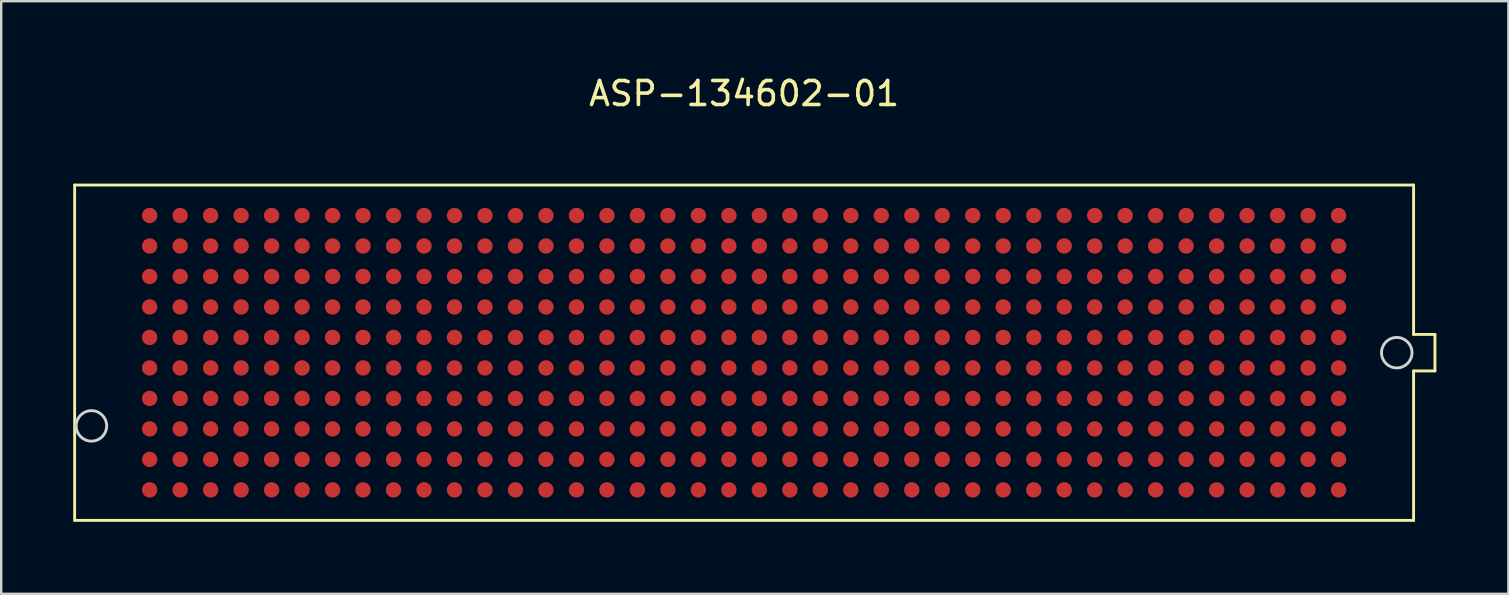
<source format=kicad_pcb>
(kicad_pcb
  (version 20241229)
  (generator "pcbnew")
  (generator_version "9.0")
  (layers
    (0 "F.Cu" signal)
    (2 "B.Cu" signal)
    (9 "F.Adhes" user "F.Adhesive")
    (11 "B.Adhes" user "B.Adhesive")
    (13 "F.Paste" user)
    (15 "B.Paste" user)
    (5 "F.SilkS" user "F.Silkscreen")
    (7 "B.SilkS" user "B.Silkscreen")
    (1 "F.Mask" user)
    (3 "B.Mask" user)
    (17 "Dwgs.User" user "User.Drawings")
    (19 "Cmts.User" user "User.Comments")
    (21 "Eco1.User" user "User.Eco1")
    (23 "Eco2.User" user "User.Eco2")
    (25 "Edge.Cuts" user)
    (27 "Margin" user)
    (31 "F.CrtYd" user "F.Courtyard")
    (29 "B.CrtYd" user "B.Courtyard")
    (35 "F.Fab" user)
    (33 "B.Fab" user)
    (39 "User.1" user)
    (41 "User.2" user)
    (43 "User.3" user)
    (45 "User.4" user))
  (footprint "ASP-134602-01"
    (layer "F.Cu")
    (at 27.95 11.643)
    (property "Reference" "ASP-134602-01" (at 0 -10.795 0) (layer "F.SilkS") (effects (font (size 1 1) (thickness 0.15))))
    (attr through_hole)
    (fp_line (start -27.89 -6.985) (end -27.89 6.985) (stroke (width 0.12) (type solid)) (layer "F.SilkS"))
    (fp_line (start -27.89 -6.985) (end 27.89 -6.985) (stroke (width 0.12) (type solid)) (layer "F.SilkS"))
    (fp_line (start 27.89 -0.76) (end 27.89 -6.985) (stroke (width 0.12) (type solid)) (layer "F.SilkS"))
    (fp_line (start 27.89 6.985) (end -27.89 6.985) (stroke (width 0.12) (type solid)) (layer "F.SilkS"))
    (fp_line (start 27.89 6.985) (end 27.89 0.76) (stroke (width 0.12) (type solid)) (layer "F.SilkS"))
    (fp_line (start 28.78 -0.76) (end 27.89 -0.76) (stroke (width 0.12) (type solid)) (layer "F.SilkS"))
    (fp_line (start 28.78 0.76) (end 27.89 0.76) (stroke (width 0.12) (type solid)) (layer "F.SilkS"))
    (fp_line (start 28.78 0.76) (end 28.78 -0.76) (stroke (width 0.12) (type solid)) (layer "F.SilkS"))
    (fp_circle (center -27.191 3.05) (end -26.556 3.05) (stroke (width 0.12) (type solid)) (fill no) (layer "Edge.Cuts"))
    (fp_circle (center 27.189 0) (end 27.824 0) (stroke (width 0.12) (type solid)) (fill no) (layer "Edge.Cuts"))
    (pad "A1" smd circle (at 24.765 5.715 180) (size 0.64 0.64) (layers "F.Cu" "F.Mask" "F.Paste"))
    (pad "A2" smd circle (at 23.495 5.715 180) (size 0.64 0.64) (layers "F.Cu" "F.Mask" "F.Paste"))
    (pad "A3" smd circle (at 22.225 5.715 180) (size 0.64 0.64) (layers "F.Cu" "F.Mask" "F.Paste"))
    (pad "A4" smd circle (at 20.955 5.715 180) (size 0.64 0.64) (layers "F.Cu" "F.Mask" "F.Paste"))
    (pad "A5" smd circle (at 19.685 5.715 180) (size 0.64 0.64) (layers "F.Cu" "F.Mask" "F.Paste"))
    (pad "A6" smd circle (at 18.415 5.715 180) (size 0.64 0.64) (layers "F.Cu" "F.Mask" "F.Paste"))
    (pad "A7" smd circle (at 17.145 5.715 180) (size 0.64 0.64) (layers "F.Cu" "F.Mask" "F.Paste"))
    (pad "A8" smd circle (at 15.875 5.715 180) (size 0.64 0.64) (layers "F.Cu" "F.Mask" "F.Paste"))
    (pad "A9" smd circle (at 14.605 5.715 180) (size 0.64 0.64) (layers "F.Cu" "F.Mask" "F.Paste"))
    (pad "A10" smd circle (at 13.335 5.715 180) (size 0.64 0.64) (layers "F.Cu" "F.Mask" "F.Paste"))
    (pad "A11" smd circle (at 12.065 5.715 180) (size 0.64 0.64) (layers "F.Cu" "F.Mask" "F.Paste"))
    (pad "A12" smd circle (at 10.795 5.715 180) (size 0.64 0.64) (layers "F.Cu" "F.Mask" "F.Paste"))
    (pad "A13" smd circle (at 9.525 5.715 180) (size 0.64 0.64) (layers "F.Cu" "F.Mask" "F.Paste"))
    (pad "A14" smd circle (at 8.255 5.715 180) (size 0.64 0.64) (layers "F.Cu" "F.Mask" "F.Paste"))
    (pad "A15" smd circle (at 6.985 5.715 180) (size 0.64 0.64) (layers "F.Cu" "F.Mask" "F.Paste"))
    (pad "A16" smd circle (at 5.715 5.715 180) (size 0.64 0.64) (layers "F.Cu" "F.Mask" "F.Paste"))
    (pad "A17" smd circle (at 4.445 5.715 180) (size 0.64 0.64) (layers "F.Cu" "F.Mask" "F.Paste"))
    (pad "A18" smd circle (at 3.175 5.715 180) (size 0.64 0.64) (layers "F.Cu" "F.Mask" "F.Paste"))
    (pad "A19" smd circle (at 1.905 5.715 180) (size 0.64 0.64) (layers "F.Cu" "F.Mask" "F.Paste"))
    (pad "A20" smd circle (at 0.635 5.715 180) (size 0.64 0.64) (layers "F.Cu" "F.Mask" "F.Paste"))
    (pad "A21" smd circle (at -0.635 5.715 180) (size 0.64 0.64) (layers "F.Cu" "F.Mask" "F.Paste"))
    (pad "A22" smd circle (at -1.905 5.715 180) (size 0.64 0.64) (layers "F.Cu" "F.Mask" "F.Paste"))
    (pad "A23" smd circle (at -3.175 5.715 180) (size 0.64 0.64) (layers "F.Cu" "F.Mask" "F.Paste"))
    (pad "A24" smd circle (at -4.445 5.715 180) (size 0.64 0.64) (layers "F.Cu" "F.Mask" "F.Paste"))
    (pad "A25" smd circle (at -5.715 5.715 180) (size 0.64 0.64) (layers "F.Cu" "F.Mask" "F.Paste"))
    (pad "A26" smd circle (at -6.985 5.715 180) (size 0.64 0.64) (layers "F.Cu" "F.Mask" "F.Paste"))
    (pad "A27" smd circle (at -8.255 5.715 180) (size 0.64 0.64) (layers "F.Cu" "F.Mask" "F.Paste"))
    (pad "A28" smd circle (at -9.525 5.715 180) (size 0.64 0.64) (layers "F.Cu" "F.Mask" "F.Paste"))
    (pad "A29" smd circle (at -10.795 5.715 180) (size 0.64 0.64) (layers "F.Cu" "F.Mask" "F.Paste"))
    (pad "A30" smd circle (at -12.065 5.715 180) (size 0.64 0.64) (layers "F.Cu" "F.Mask" "F.Paste"))
    (pad "A31" smd circle (at -13.335 5.715 180) (size 0.64 0.64) (layers "F.Cu" "F.Mask" "F.Paste"))
    (pad "A32" smd circle (at -14.605 5.715 180) (size 0.64 0.64) (layers "F.Cu" "F.Mask" "F.Paste"))
    (pad "A33" smd circle (at -15.875 5.715 180) (size 0.64 0.64) (layers "F.Cu" "F.Mask" "F.Paste"))
    (pad "A34" smd circle (at -17.145 5.715 180) (size 0.64 0.64) (layers "F.Cu" "F.Mask" "F.Paste"))
    (pad "A35" smd circle (at -18.415 5.715 180) (size 0.64 0.64) (layers "F.Cu" "F.Mask" "F.Paste"))
    (pad "A36" smd circle (at -19.685 5.715 180) (size 0.64 0.64) (layers "F.Cu" "F.Mask" "F.Paste"))
    (pad "A37" smd circle (at -20.955 5.715 180) (size 0.64 0.64) (layers "F.Cu" "F.Mask" "F.Paste"))
    (pad "A38" smd circle (at -22.225 5.715 180) (size 0.64 0.64) (layers "F.Cu" "F.Mask" "F.Paste"))
    (pad "A39" smd circle (at -23.495 5.715 180) (size 0.64 0.64) (layers "F.Cu" "F.Mask" "F.Paste"))
    (pad "A40" smd circle (at -24.765 5.715 180) (size 0.64 0.64) (layers "F.Cu" "F.Mask" "F.Paste"))
    (pad "B1" smd circle (at 24.765 4.445 180) (size 0.64 0.64) (layers "F.Cu" "F.Mask" "F.Paste"))
    (pad "B2" smd circle (at 23.495 4.445 180) (size 0.64 0.64) (layers "F.Cu" "F.Mask" "F.Paste"))
    (pad "B3" smd circle (at 22.225 4.445 180) (size 0.64 0.64) (layers "F.Cu" "F.Mask" "F.Paste"))
    (pad "B4" smd circle (at 20.955 4.445 180) (size 0.64 0.64) (layers "F.Cu" "F.Mask" "F.Paste"))
    (pad "B5" smd circle (at 19.685 4.445 180) (size 0.64 0.64) (layers "F.Cu" "F.Mask" "F.Paste"))
    (pad "B6" smd circle (at 18.415 4.445 180) (size 0.64 0.64) (layers "F.Cu" "F.Mask" "F.Paste"))
    (pad "B7" smd circle (at 17.145 4.445 180) (size 0.64 0.64) (layers "F.Cu" "F.Mask" "F.Paste"))
    (pad "B8" smd circle (at 15.875 4.445 180) (size 0.64 0.64) (layers "F.Cu" "F.Mask" "F.Paste"))
    (pad "B9" smd circle (at 14.605 4.445 180) (size 0.64 0.64) (layers "F.Cu" "F.Mask" "F.Paste"))
    (pad "B10" smd circle (at 13.335 4.445 180) (size 0.64 0.64) (layers "F.Cu" "F.Mask" "F.Paste"))
    (pad "B11" smd circle (at 12.065 4.445 180) (size 0.64 0.64) (layers "F.Cu" "F.Mask" "F.Paste"))
    (pad "B12" smd circle (at 10.795 4.445 180) (size 0.64 0.64) (layers "F.Cu" "F.Mask" "F.Paste"))
    (pad "B13" smd circle (at 9.525 4.445 180) (size 0.64 0.64) (layers "F.Cu" "F.Mask" "F.Paste"))
    (pad "B14" smd circle (at 8.255 4.445 180) (size 0.64 0.64) (layers "F.Cu" "F.Mask" "F.Paste"))
    (pad "B15" smd circle (at 6.985 4.445 180) (size 0.64 0.64) (layers "F.Cu" "F.Mask" "F.Paste"))
    (pad "B16" smd circle (at 5.715 4.445 180) (size 0.64 0.64) (layers "F.Cu" "F.Mask" "F.Paste"))
    (pad "B17" smd circle (at 4.445 4.445 180) (size 0.64 0.64) (layers "F.Cu" "F.Mask" "F.Paste"))
    (pad "B18" smd circle (at 3.175 4.445 180) (size 0.64 0.64) (layers "F.Cu" "F.Mask" "F.Paste"))
    (pad "B19" smd circle (at 1.905 4.445 180) (size 0.64 0.64) (layers "F.Cu" "F.Mask" "F.Paste"))
    (pad "B20" smd circle (at 0.635 4.445 180) (size 0.64 0.64) (layers "F.Cu" "F.Mask" "F.Paste"))
    (pad "B21" smd circle (at -0.635 4.445 180) (size 0.64 0.64) (layers "F.Cu" "F.Mask" "F.Paste"))
    (pad "B22" smd circle (at -1.905 4.445 180) (size 0.64 0.64) (layers "F.Cu" "F.Mask" "F.Paste"))
    (pad "B23" smd circle (at -3.175 4.445 180) (size 0.64 0.64) (layers "F.Cu" "F.Mask" "F.Paste"))
    (pad "B24" smd circle (at -4.445 4.445 180) (size 0.64 0.64) (layers "F.Cu" "F.Mask" "F.Paste"))
    (pad "B25" smd circle (at -5.715 4.445 180) (size 0.64 0.64) (layers "F.Cu" "F.Mask" "F.Paste"))
    (pad "B26" smd circle (at -6.985 4.445 180) (size 0.64 0.64) (layers "F.Cu" "F.Mask" "F.Paste"))
    (pad "B27" smd circle (at -8.255 4.445 180) (size 0.64 0.64) (layers "F.Cu" "F.Mask" "F.Paste"))
    (pad "B28" smd circle (at -9.525 4.445 180) (size 0.64 0.64) (layers "F.Cu" "F.Mask" "F.Paste"))
    (pad "B29" smd circle (at -10.795 4.445 180) (size 0.64 0.64) (layers "F.Cu" "F.Mask" "F.Paste"))
    (pad "B30" smd circle (at -12.065 4.445 180) (size 0.64 0.64) (layers "F.Cu" "F.Mask" "F.Paste"))
    (pad "B31" smd circle (at -13.335 4.445 180) (size 0.64 0.64) (layers "F.Cu" "F.Mask" "F.Paste"))
    (pad "B32" smd circle (at -14.605 4.445 180) (size 0.64 0.64) (layers "F.Cu" "F.Mask" "F.Paste"))
    (pad "B33" smd circle (at -15.875 4.445 180) (size 0.64 0.64) (layers "F.Cu" "F.Mask" "F.Paste"))
    (pad "B34" smd circle (at -17.145 4.445 180) (size 0.64 0.64) (layers "F.Cu" "F.Mask" "F.Paste"))
    (pad "B35" smd circle (at -18.415 4.445 180) (size 0.64 0.64) (layers "F.Cu" "F.Mask" "F.Paste"))
    (pad "B36" smd circle (at -19.685 4.445 180) (size 0.64 0.64) (layers "F.Cu" "F.Mask" "F.Paste"))
    (pad "B37" smd circle (at -20.955 4.445 180) (size 0.64 0.64) (layers "F.Cu" "F.Mask" "F.Paste"))
    (pad "B38" smd circle (at -22.225 4.445 180) (size 0.64 0.64) (layers "F.Cu" "F.Mask" "F.Paste"))
    (pad "B39" smd circle (at -23.495 4.445 180) (size 0.64 0.64) (layers "F.Cu" "F.Mask" "F.Paste"))
    (pad "B40" smd circle (at -24.765 4.445 180) (size 0.64 0.64) (layers "F.Cu" "F.Mask" "F.Paste"))
    (pad "C1" smd circle (at 24.765 3.175 180) (size 0.64 0.64) (layers "F.Cu" "F.Mask" "F.Paste"))
    (pad "C2" smd circle (at 23.495 3.175 180) (size 0.64 0.64) (layers "F.Cu" "F.Mask" "F.Paste"))
    (pad "C3" smd circle (at 22.225 3.175 180) (size 0.64 0.64) (layers "F.Cu" "F.Mask" "F.Paste"))
    (pad "C4" smd circle (at 20.955 3.175 180) (size 0.64 0.64) (layers "F.Cu" "F.Mask" "F.Paste"))
    (pad "C5" smd circle (at 19.685 3.175 180) (size 0.64 0.64) (layers "F.Cu" "F.Mask" "F.Paste"))
    (pad "C6" smd circle (at 18.415 3.175 180) (size 0.64 0.64) (layers "F.Cu" "F.Mask" "F.Paste"))
    (pad "C7" smd circle (at 17.145 3.175 180) (size 0.64 0.64) (layers "F.Cu" "F.Mask" "F.Paste"))
    (pad "C8" smd circle (at 15.875 3.175 180) (size 0.64 0.64) (layers "F.Cu" "F.Mask" "F.Paste"))
    (pad "C9" smd circle (at 14.605 3.175 180) (size 0.64 0.64) (layers "F.Cu" "F.Mask" "F.Paste"))
    (pad "C10" smd circle (at 13.335 3.175 180) (size 0.64 0.64) (layers "F.Cu" "F.Mask" "F.Paste"))
    (pad "C11" smd circle (at 12.065 3.175 180) (size 0.64 0.64) (layers "F.Cu" "F.Mask" "F.Paste"))
    (pad "C12" smd circle (at 10.795 3.175 180) (size 0.64 0.64) (layers "F.Cu" "F.Mask" "F.Paste"))
    (pad "C13" smd circle (at 9.525 3.175 180) (size 0.64 0.64) (layers "F.Cu" "F.Mask" "F.Paste"))
    (pad "C14" smd circle (at 8.255 3.175 180) (size 0.64 0.64) (layers "F.Cu" "F.Mask" "F.Paste"))
    (pad "C15" smd circle (at 6.985 3.175 180) (size 0.64 0.64) (layers "F.Cu" "F.Mask" "F.Paste"))
    (pad "C16" smd circle (at 5.715 3.175 180) (size 0.64 0.64) (layers "F.Cu" "F.Mask" "F.Paste"))
    (pad "C17" smd circle (at 4.445 3.175 180) (size 0.64 0.64) (layers "F.Cu" "F.Mask" "F.Paste"))
    (pad "C18" smd circle (at 3.175 3.175 180) (size 0.64 0.64) (layers "F.Cu" "F.Mask" "F.Paste"))
    (pad "C19" smd circle (at 1.905 3.175 180) (size 0.64 0.64) (layers "F.Cu" "F.Mask" "F.Paste"))
    (pad "C20" smd circle (at 0.635 3.175 180) (size 0.64 0.64) (layers "F.Cu" "F.Mask" "F.Paste"))
    (pad "C21" smd circle (at -0.635 3.175 180) (size 0.64 0.64) (layers "F.Cu" "F.Mask" "F.Paste"))
    (pad "C22" smd circle (at -1.905 3.175 180) (size 0.64 0.64) (layers "F.Cu" "F.Mask" "F.Paste"))
    (pad "C23" smd circle (at -3.175 3.175 180) (size 0.64 0.64) (layers "F.Cu" "F.Mask" "F.Paste"))
    (pad "C24" smd circle (at -4.445 3.175 180) (size 0.64 0.64) (layers "F.Cu" "F.Mask" "F.Paste"))
    (pad "C25" smd circle (at -5.715 3.175 180) (size 0.64 0.64) (layers "F.Cu" "F.Mask" "F.Paste"))
    (pad "C26" smd circle (at -6.985 3.175 180) (size 0.64 0.64) (layers "F.Cu" "F.Mask" "F.Paste"))
    (pad "C27" smd circle (at -8.255 3.175 180) (size 0.64 0.64) (layers "F.Cu" "F.Mask" "F.Paste"))
    (pad "C28" smd circle (at -9.525 3.175 180) (size 0.64 0.64) (layers "F.Cu" "F.Mask" "F.Paste"))
    (pad "C29" smd circle (at -10.795 3.175 180) (size 0.64 0.64) (layers "F.Cu" "F.Mask" "F.Paste"))
    (pad "C30" smd circle (at -12.065 3.175 180) (size 0.64 0.64) (layers "F.Cu" "F.Mask" "F.Paste"))
    (pad "C31" smd circle (at -13.335 3.175 180) (size 0.64 0.64) (layers "F.Cu" "F.Mask" "F.Paste"))
    (pad "C32" smd circle (at -14.605 3.175 180) (size 0.64 0.64) (layers "F.Cu" "F.Mask" "F.Paste"))
    (pad "C33" smd circle (at -15.875 3.175 180) (size 0.64 0.64) (layers "F.Cu" "F.Mask" "F.Paste"))
    (pad "C34" smd circle (at -17.145 3.175 180) (size 0.64 0.64) (layers "F.Cu" "F.Mask" "F.Paste"))
    (pad "C35" smd circle (at -18.415 3.175 180) (size 0.64 0.64) (layers "F.Cu" "F.Mask" "F.Paste"))
    (pad "C36" smd circle (at -19.685 3.175 180) (size 0.64 0.64) (layers "F.Cu" "F.Mask" "F.Paste"))
    (pad "C37" smd circle (at -20.955 3.175 180) (size 0.64 0.64) (layers "F.Cu" "F.Mask" "F.Paste"))
    (pad "C38" smd circle (at -22.225 3.175 180) (size 0.64 0.64) (layers "F.Cu" "F.Mask" "F.Paste"))
    (pad "C39" smd circle (at -23.495 3.175 180) (size 0.64 0.64) (layers "F.Cu" "F.Mask" "F.Paste"))
    (pad "C40" smd circle (at -24.765 3.175 180) (size 0.64 0.64) (layers "F.Cu" "F.Mask" "F.Paste"))
    (pad "D1" smd circle (at 24.765 1.905 180) (size 0.64 0.64) (layers "F.Cu" "F.Mask" "F.Paste"))
    (pad "D2" smd circle (at 23.495 1.905 180) (size 0.64 0.64) (layers "F.Cu" "F.Mask" "F.Paste"))
    (pad "D3" smd circle (at 22.225 1.905 180) (size 0.64 0.64) (layers "F.Cu" "F.Mask" "F.Paste"))
    (pad "D4" smd circle (at 20.955 1.905 180) (size 0.64 0.64) (layers "F.Cu" "F.Mask" "F.Paste"))
    (pad "D5" smd circle (at 19.685 1.905 180) (size 0.64 0.64) (layers "F.Cu" "F.Mask" "F.Paste"))
    (pad "D6" smd circle (at 18.415 1.905 180) (size 0.64 0.64) (layers "F.Cu" "F.Mask" "F.Paste"))
    (pad "D7" smd circle (at 17.145 1.905 180) (size 0.64 0.64) (layers "F.Cu" "F.Mask" "F.Paste"))
    (pad "D8" smd circle (at 15.875 1.905 180) (size 0.64 0.64) (layers "F.Cu" "F.Mask" "F.Paste"))
    (pad "D9" smd circle (at 14.605 1.905 180) (size 0.64 0.64) (layers "F.Cu" "F.Mask" "F.Paste"))
    (pad "D10" smd circle (at 13.335 1.905 180) (size 0.64 0.64) (layers "F.Cu" "F.Mask" "F.Paste"))
    (pad "D11" smd circle (at 12.065 1.905 180) (size 0.64 0.64) (layers "F.Cu" "F.Mask" "F.Paste"))
    (pad "D12" smd circle (at 10.795 1.905 180) (size 0.64 0.64) (layers "F.Cu" "F.Mask" "F.Paste"))
    (pad "D13" smd circle (at 9.525 1.905 180) (size 0.64 0.64) (layers "F.Cu" "F.Mask" "F.Paste"))
    (pad "D14" smd circle (at 8.255 1.905 180) (size 0.64 0.64) (layers "F.Cu" "F.Mask" "F.Paste"))
    (pad "D15" smd circle (at 6.985 1.905 180) (size 0.64 0.64) (layers "F.Cu" "F.Mask" "F.Paste"))
    (pad "D16" smd circle (at 5.715 1.905 180) (size 0.64 0.64) (layers "F.Cu" "F.Mask" "F.Paste"))
    (pad "D17" smd circle (at 4.445 1.905 180) (size 0.64 0.64) (layers "F.Cu" "F.Mask" "F.Paste"))
    (pad "D18" smd circle (at 3.175 1.905 180) (size 0.64 0.64) (layers "F.Cu" "F.Mask" "F.Paste"))
    (pad "D19" smd circle (at 1.905 1.905 180) (size 0.64 0.64) (layers "F.Cu" "F.Mask" "F.Paste"))
    (pad "D20" smd circle (at 0.635 1.905 180) (size 0.64 0.64) (layers "F.Cu" "F.Mask" "F.Paste"))
    (pad "D21" smd circle (at -0.635 1.905 180) (size 0.64 0.64) (layers "F.Cu" "F.Mask" "F.Paste"))
    (pad "D22" smd circle (at -1.905 1.905 180) (size 0.64 0.64) (layers "F.Cu" "F.Mask" "F.Paste"))
    (pad "D23" smd circle (at -3.175 1.905 180) (size 0.64 0.64) (layers "F.Cu" "F.Mask" "F.Paste"))
    (pad "D24" smd circle (at -4.445 1.905 180) (size 0.64 0.64) (layers "F.Cu" "F.Mask" "F.Paste"))
    (pad "D25" smd circle (at -5.715 1.905 180) (size 0.64 0.64) (layers "F.Cu" "F.Mask" "F.Paste"))
    (pad "D26" smd circle (at -6.985 1.905 180) (size 0.64 0.64) (layers "F.Cu" "F.Mask" "F.Paste"))
    (pad "D27" smd circle (at -8.255 1.905 180) (size 0.64 0.64) (layers "F.Cu" "F.Mask" "F.Paste"))
    (pad "D28" smd circle (at -9.525 1.905 180) (size 0.64 0.64) (layers "F.Cu" "F.Mask" "F.Paste"))
    (pad "D29" smd circle (at -10.795 1.905 180) (size 0.64 0.64) (layers "F.Cu" "F.Mask" "F.Paste"))
    (pad "D30" smd circle (at -12.065 1.905 180) (size 0.64 0.64) (layers "F.Cu" "F.Mask" "F.Paste"))
    (pad "D31" smd circle (at -13.335 1.905 180) (size 0.64 0.64) (layers "F.Cu" "F.Mask" "F.Paste"))
    (pad "D32" smd circle (at -14.605 1.905 180) (size 0.64 0.64) (layers "F.Cu" "F.Mask" "F.Paste"))
    (pad "D33" smd circle (at -15.875 1.905 180) (size 0.64 0.64) (layers "F.Cu" "F.Mask" "F.Paste"))
    (pad "D34" smd circle (at -17.145 1.905 180) (size 0.64 0.64) (layers "F.Cu" "F.Mask" "F.Paste"))
    (pad "D35" smd circle (at -18.415 1.905 180) (size 0.64 0.64) (layers "F.Cu" "F.Mask" "F.Paste"))
    (pad "D36" smd circle (at -19.685 1.905 180) (size 0.64 0.64) (layers "F.Cu" "F.Mask" "F.Paste"))
    (pad "D37" smd circle (at -20.955 1.905 180) (size 0.64 0.64) (layers "F.Cu" "F.Mask" "F.Paste"))
    (pad "D38" smd circle (at -22.225 1.905 180) (size 0.64 0.64) (layers "F.Cu" "F.Mask" "F.Paste"))
    (pad "D39" smd circle (at -23.495 1.905 180) (size 0.64 0.64) (layers "F.Cu" "F.Mask" "F.Paste"))
    (pad "D40" smd circle (at -24.765 1.905 180) (size 0.64 0.64) (layers "F.Cu" "F.Mask" "F.Paste"))
    (pad "E1" smd circle (at 24.765 0.635 180) (size 0.64 0.64) (layers "F.Cu" "F.Mask" "F.Paste"))
    (pad "E2" smd circle (at 23.495 0.635 180) (size 0.64 0.64) (layers "F.Cu" "F.Mask" "F.Paste"))
    (pad "E3" smd circle (at 22.225 0.635 180) (size 0.64 0.64) (layers "F.Cu" "F.Mask" "F.Paste"))
    (pad "E4" smd circle (at 20.955 0.635 180) (size 0.64 0.64) (layers "F.Cu" "F.Mask" "F.Paste"))
    (pad "E5" smd circle (at 19.685 0.635 180) (size 0.64 0.64) (layers "F.Cu" "F.Mask" "F.Paste"))
    (pad "E6" smd circle (at 18.415 0.635 180) (size 0.64 0.64) (layers "F.Cu" "F.Mask" "F.Paste"))
    (pad "E7" smd circle (at 17.145 0.635 180) (size 0.64 0.64) (layers "F.Cu" "F.Mask" "F.Paste"))
    (pad "E8" smd circle (at 15.875 0.635 180) (size 0.64 0.64) (layers "F.Cu" "F.Mask" "F.Paste"))
    (pad "E9" smd circle (at 14.605 0.635 180) (size 0.64 0.64) (layers "F.Cu" "F.Mask" "F.Paste"))
    (pad "E10" smd circle (at 13.335 0.635 180) (size 0.64 0.64) (layers "F.Cu" "F.Mask" "F.Paste"))
    (pad "E11" smd circle (at 12.065 0.635 180) (size 0.64 0.64) (layers "F.Cu" "F.Mask" "F.Paste"))
    (pad "E12" smd circle (at 10.795 0.635 180) (size 0.64 0.64) (layers "F.Cu" "F.Mask" "F.Paste"))
    (pad "E13" smd circle (at 9.525 0.635 180) (size 0.64 0.64) (layers "F.Cu" "F.Mask" "F.Paste"))
    (pad "E14" smd circle (at 8.255 0.635 180) (size 0.64 0.64) (layers "F.Cu" "F.Mask" "F.Paste"))
    (pad "E15" smd circle (at 6.985 0.635 180) (size 0.64 0.64) (layers "F.Cu" "F.Mask" "F.Paste"))
    (pad "E16" smd circle (at 5.715 0.635 180) (size 0.64 0.64) (layers "F.Cu" "F.Mask" "F.Paste"))
    (pad "E17" smd circle (at 4.445 0.635 180) (size 0.64 0.64) (layers "F.Cu" "F.Mask" "F.Paste"))
    (pad "E18" smd circle (at 3.175 0.635 180) (size 0.64 0.64) (layers "F.Cu" "F.Mask" "F.Paste"))
    (pad "E19" smd circle (at 1.905 0.635 180) (size 0.64 0.64) (layers "F.Cu" "F.Mask" "F.Paste"))
    (pad "E20" smd circle (at 0.635 0.635 180) (size 0.64 0.64) (layers "F.Cu" "F.Mask" "F.Paste"))
    (pad "E21" smd circle (at -0.635 0.635 180) (size 0.64 0.64) (layers "F.Cu" "F.Mask" "F.Paste"))
    (pad "E22" smd circle (at -1.905 0.635 180) (size 0.64 0.64) (layers "F.Cu" "F.Mask" "F.Paste"))
    (pad "E23" smd circle (at -3.175 0.635 180) (size 0.64 0.64) (layers "F.Cu" "F.Mask" "F.Paste"))
    (pad "E24" smd circle (at -4.445 0.635 180) (size 0.64 0.64) (layers "F.Cu" "F.Mask" "F.Paste"))
    (pad "E25" smd circle (at -5.715 0.635 180) (size 0.64 0.64) (layers "F.Cu" "F.Mask" "F.Paste"))
    (pad "E26" smd circle (at -6.985 0.635 180) (size 0.64 0.64) (layers "F.Cu" "F.Mask" "F.Paste"))
    (pad "E27" smd circle (at -8.255 0.635 180) (size 0.64 0.64) (layers "F.Cu" "F.Mask" "F.Paste"))
    (pad "E28" smd circle (at -9.525 0.635 180) (size 0.64 0.64) (layers "F.Cu" "F.Mask" "F.Paste"))
    (pad "E29" smd circle (at -10.795 0.635 180) (size 0.64 0.64) (layers "F.Cu" "F.Mask" "F.Paste"))
    (pad "E30" smd circle (at -12.065 0.635 180) (size 0.64 0.64) (layers "F.Cu" "F.Mask" "F.Paste"))
    (pad "E31" smd circle (at -13.335 0.635 180) (size 0.64 0.64) (layers "F.Cu" "F.Mask" "F.Paste"))
    (pad "E32" smd circle (at -14.605 0.635 180) (size 0.64 0.64) (layers "F.Cu" "F.Mask" "F.Paste"))
    (pad "E33" smd circle (at -15.875 0.635 180) (size 0.64 0.64) (layers "F.Cu" "F.Mask" "F.Paste"))
    (pad "E34" smd circle (at -17.145 0.635 180) (size 0.64 0.64) (layers "F.Cu" "F.Mask" "F.Paste"))
    (pad "E35" smd circle (at -18.415 0.635 180) (size 0.64 0.64) (layers "F.Cu" "F.Mask" "F.Paste"))
    (pad "E36" smd circle (at -19.685 0.635 180) (size 0.64 0.64) (layers "F.Cu" "F.Mask" "F.Paste"))
    (pad "E37" smd circle (at -20.955 0.635 180) (size 0.64 0.64) (layers "F.Cu" "F.Mask" "F.Paste"))
    (pad "E38" smd circle (at -22.225 0.635 180) (size 0.64 0.64) (layers "F.Cu" "F.Mask" "F.Paste"))
    (pad "E39" smd circle (at -23.495 0.635 180) (size 0.64 0.64) (layers "F.Cu" "F.Mask" "F.Paste"))
    (pad "E40" smd circle (at -24.765 0.635 180) (size 0.64 0.64) (layers "F.Cu" "F.Mask" "F.Paste"))
    (pad "F1" smd circle (at 24.765 -0.635 180) (size 0.64 0.64) (layers "F.Cu" "F.Mask" "F.Paste"))
    (pad "F2" smd circle (at 23.495 -0.635 180) (size 0.64 0.64) (layers "F.Cu" "F.Mask" "F.Paste"))
    (pad "F3" smd circle (at 22.225 -0.635 180) (size 0.64 0.64) (layers "F.Cu" "F.Mask" "F.Paste"))
    (pad "F4" smd circle (at 20.955 -0.635 180) (size 0.64 0.64) (layers "F.Cu" "F.Mask" "F.Paste"))
    (pad "F5" smd circle (at 19.685 -0.635 180) (size 0.64 0.64) (layers "F.Cu" "F.Mask" "F.Paste"))
    (pad "F6" smd circle (at 18.415 -0.635 180) (size 0.64 0.64) (layers "F.Cu" "F.Mask" "F.Paste"))
    (pad "F7" smd circle (at 17.145 -0.635 180) (size 0.64 0.64) (layers "F.Cu" "F.Mask" "F.Paste"))
    (pad "F8" smd circle (at 15.875 -0.635 180) (size 0.64 0.64) (layers "F.Cu" "F.Mask" "F.Paste"))
    (pad "F9" smd circle (at 14.605 -0.635 180) (size 0.64 0.64) (layers "F.Cu" "F.Mask" "F.Paste"))
    (pad "F10" smd circle (at 13.335 -0.635 180) (size 0.64 0.64) (layers "F.Cu" "F.Mask" "F.Paste"))
    (pad "F11" smd circle (at 12.065 -0.635 180) (size 0.64 0.64) (layers "F.Cu" "F.Mask" "F.Paste"))
    (pad "F12" smd circle (at 10.795 -0.635 180) (size 0.64 0.64) (layers "F.Cu" "F.Mask" "F.Paste"))
    (pad "F13" smd circle (at 9.525 -0.635 180) (size 0.64 0.64) (layers "F.Cu" "F.Mask" "F.Paste"))
    (pad "F14" smd circle (at 8.255 -0.635 180) (size 0.64 0.64) (layers "F.Cu" "F.Mask" "F.Paste"))
    (pad "F15" smd circle (at 6.985 -0.635 180) (size 0.64 0.64) (layers "F.Cu" "F.Mask" "F.Paste"))
    (pad "F16" smd circle (at 5.715 -0.635 180) (size 0.64 0.64) (layers "F.Cu" "F.Mask" "F.Paste"))
    (pad "F17" smd circle (at 4.445 -0.635 180) (size 0.64 0.64) (layers "F.Cu" "F.Mask" "F.Paste"))
    (pad "F18" smd circle (at 3.175 -0.635 180) (size 0.64 0.64) (layers "F.Cu" "F.Mask" "F.Paste"))
    (pad "F19" smd circle (at 1.905 -0.635 180) (size 0.64 0.64) (layers "F.Cu" "F.Mask" "F.Paste"))
    (pad "F20" smd circle (at 0.635 -0.635 180) (size 0.64 0.64) (layers "F.Cu" "F.Mask" "F.Paste"))
    (pad "F21" smd circle (at -0.635 -0.635 180) (size 0.64 0.64) (layers "F.Cu" "F.Mask" "F.Paste"))
    (pad "F22" smd circle (at -1.905 -0.635 180) (size 0.64 0.64) (layers "F.Cu" "F.Mask" "F.Paste"))
    (pad "F23" smd circle (at -3.175 -0.635 180) (size 0.64 0.64) (layers "F.Cu" "F.Mask" "F.Paste"))
    (pad "F24" smd circle (at -4.445 -0.635 180) (size 0.64 0.64) (layers "F.Cu" "F.Mask" "F.Paste"))
    (pad "F25" smd circle (at -5.715 -0.635 180) (size 0.64 0.64) (layers "F.Cu" "F.Mask" "F.Paste"))
    (pad "F26" smd circle (at -6.985 -0.635 180) (size 0.64 0.64) (layers "F.Cu" "F.Mask" "F.Paste"))
    (pad "F27" smd circle (at -8.255 -0.635 180) (size 0.64 0.64) (layers "F.Cu" "F.Mask" "F.Paste"))
    (pad "F28" smd circle (at -9.525 -0.635 180) (size 0.64 0.64) (layers "F.Cu" "F.Mask" "F.Paste"))
    (pad "F29" smd circle (at -10.795 -0.635 180) (size 0.64 0.64) (layers "F.Cu" "F.Mask" "F.Paste"))
    (pad "F30" smd circle (at -12.065 -0.635 180) (size 0.64 0.64) (layers "F.Cu" "F.Mask" "F.Paste"))
    (pad "F31" smd circle (at -13.335 -0.635 180) (size 0.64 0.64) (layers "F.Cu" "F.Mask" "F.Paste"))
    (pad "F32" smd circle (at -14.605 -0.635 180) (size 0.64 0.64) (layers "F.Cu" "F.Mask" "F.Paste"))
    (pad "F33" smd circle (at -15.875 -0.635 180) (size 0.64 0.64) (layers "F.Cu" "F.Mask" "F.Paste"))
    (pad "F34" smd circle (at -17.145 -0.635 180) (size 0.64 0.64) (layers "F.Cu" "F.Mask" "F.Paste"))
    (pad "F35" smd circle (at -18.415 -0.635 180) (size 0.64 0.64) (layers "F.Cu" "F.Mask" "F.Paste"))
    (pad "F36" smd circle (at -19.685 -0.635 180) (size 0.64 0.64) (layers "F.Cu" "F.Mask" "F.Paste"))
    (pad "F37" smd circle (at -20.955 -0.635 180) (size 0.64 0.64) (layers "F.Cu" "F.Mask" "F.Paste"))
    (pad "F38" smd circle (at -22.225 -0.635 180) (size 0.64 0.64) (layers "F.Cu" "F.Mask" "F.Paste"))
    (pad "F39" smd circle (at -23.495 -0.635 180) (size 0.64 0.64) (layers "F.Cu" "F.Mask" "F.Paste"))
    (pad "F40" smd circle (at -24.765 -0.635 180) (size 0.64 0.64) (layers "F.Cu" "F.Mask" "F.Paste"))
    (pad "G1" smd circle (at 24.765 -1.905 180) (size 0.64 0.64) (layers "F.Cu" "F.Mask" "F.Paste"))
    (pad "G2" smd circle (at 23.495 -1.905 180) (size 0.64 0.64) (layers "F.Cu" "F.Mask" "F.Paste"))
    (pad "G3" smd circle (at 22.225 -1.905 180) (size 0.64 0.64) (layers "F.Cu" "F.Mask" "F.Paste"))
    (pad "G4" smd circle (at 20.955 -1.905 180) (size 0.64 0.64) (layers "F.Cu" "F.Mask" "F.Paste"))
    (pad "G5" smd circle (at 19.685 -1.905 180) (size 0.64 0.64) (layers "F.Cu" "F.Mask" "F.Paste"))
    (pad "G6" smd circle (at 18.415 -1.905 180) (size 0.64 0.64) (layers "F.Cu" "F.Mask" "F.Paste"))
    (pad "G7" smd circle (at 17.145 -1.905 180) (size 0.64 0.64) (layers "F.Cu" "F.Mask" "F.Paste"))
    (pad "G8" smd circle (at 15.875 -1.905 180) (size 0.64 0.64) (layers "F.Cu" "F.Mask" "F.Paste"))
    (pad "G9" smd circle (at 14.605 -1.905 180) (size 0.64 0.64) (layers "F.Cu" "F.Mask" "F.Paste"))
    (pad "G10" smd circle (at 13.335 -1.905 180) (size 0.64 0.64) (layers "F.Cu" "F.Mask" "F.Paste"))
    (pad "G11" smd circle (at 12.065 -1.905 180) (size 0.64 0.64) (layers "F.Cu" "F.Mask" "F.Paste"))
    (pad "G12" smd circle (at 10.795 -1.905 180) (size 0.64 0.64) (layers "F.Cu" "F.Mask" "F.Paste"))
    (pad "G13" smd circle (at 9.525 -1.905 180) (size 0.64 0.64) (layers "F.Cu" "F.Mask" "F.Paste"))
    (pad "G14" smd circle (at 8.255 -1.905 180) (size 0.64 0.64) (layers "F.Cu" "F.Mask" "F.Paste"))
    (pad "G15" smd circle (at 6.985 -1.905 180) (size 0.64 0.64) (layers "F.Cu" "F.Mask" "F.Paste"))
    (pad "G16" smd circle (at 5.715 -1.905 180) (size 0.64 0.64) (layers "F.Cu" "F.Mask" "F.Paste"))
    (pad "G17" smd circle (at 4.445 -1.905 180) (size 0.64 0.64) (layers "F.Cu" "F.Mask" "F.Paste"))
    (pad "G18" smd circle (at 3.175 -1.905 180) (size 0.64 0.64) (layers "F.Cu" "F.Mask" "F.Paste"))
    (pad "G19" smd circle (at 1.905 -1.905 180) (size 0.64 0.64) (layers "F.Cu" "F.Mask" "F.Paste"))
    (pad "G20" smd circle (at 0.635 -1.905 180) (size 0.64 0.64) (layers "F.Cu" "F.Mask" "F.Paste"))
    (pad "G21" smd circle (at -0.635 -1.905 180) (size 0.64 0.64) (layers "F.Cu" "F.Mask" "F.Paste"))
    (pad "G22" smd circle (at -1.905 -1.905 180) (size 0.64 0.64) (layers "F.Cu" "F.Mask" "F.Paste"))
    (pad "G23" smd circle (at -3.175 -1.905 180) (size 0.64 0.64) (layers "F.Cu" "F.Mask" "F.Paste"))
    (pad "G24" smd circle (at -4.445 -1.905 180) (size 0.64 0.64) (layers "F.Cu" "F.Mask" "F.Paste"))
    (pad "G25" smd circle (at -5.715 -1.905 180) (size 0.64 0.64) (layers "F.Cu" "F.Mask" "F.Paste"))
    (pad "G26" smd circle (at -6.985 -1.905 180) (size 0.64 0.64) (layers "F.Cu" "F.Mask" "F.Paste"))
    (pad "G27" smd circle (at -8.255 -1.905 180) (size 0.64 0.64) (layers "F.Cu" "F.Mask" "F.Paste"))
    (pad "G28" smd circle (at -9.525 -1.905 180) (size 0.64 0.64) (layers "F.Cu" "F.Mask" "F.Paste"))
    (pad "G29" smd circle (at -10.795 -1.905 180) (size 0.64 0.64) (layers "F.Cu" "F.Mask" "F.Paste"))
    (pad "G30" smd circle (at -12.065 -1.905 180) (size 0.64 0.64) (layers "F.Cu" "F.Mask" "F.Paste"))
    (pad "G31" smd circle (at -13.335 -1.905 180) (size 0.64 0.64) (layers "F.Cu" "F.Mask" "F.Paste"))
    (pad "G32" smd circle (at -14.605 -1.905 180) (size 0.64 0.64) (layers "F.Cu" "F.Mask" "F.Paste"))
    (pad "G33" smd circle (at -15.875 -1.905 180) (size 0.64 0.64) (layers "F.Cu" "F.Mask" "F.Paste"))
    (pad "G34" smd circle (at -17.145 -1.905 180) (size 0.64 0.64) (layers "F.Cu" "F.Mask" "F.Paste"))
    (pad "G35" smd circle (at -18.415 -1.905 180) (size 0.64 0.64) (layers "F.Cu" "F.Mask" "F.Paste"))
    (pad "G36" smd circle (at -19.685 -1.905 180) (size 0.64 0.64) (layers "F.Cu" "F.Mask" "F.Paste"))
    (pad "G37" smd circle (at -20.955 -1.905 180) (size 0.64 0.64) (layers "F.Cu" "F.Mask" "F.Paste"))
    (pad "G38" smd circle (at -22.225 -1.905 180) (size 0.64 0.64) (layers "F.Cu" "F.Mask" "F.Paste"))
    (pad "G39" smd circle (at -23.495 -1.905 180) (size 0.64 0.64) (layers "F.Cu" "F.Mask" "F.Paste"))
    (pad "G40" smd circle (at -24.765 -1.905 180) (size 0.64 0.64) (layers "F.Cu" "F.Mask" "F.Paste"))
    (pad "H1" smd circle (at 24.765 -3.175 180) (size 0.64 0.64) (layers "F.Cu" "F.Mask" "F.Paste"))
    (pad "H2" smd circle (at 23.495 -3.175 180) (size 0.64 0.64) (layers "F.Cu" "F.Mask" "F.Paste"))
    (pad "H3" smd circle (at 22.225 -3.175 180) (size 0.64 0.64) (layers "F.Cu" "F.Mask" "F.Paste"))
    (pad "H4" smd circle (at 20.955 -3.175 180) (size 0.64 0.64) (layers "F.Cu" "F.Mask" "F.Paste"))
    (pad "H5" smd circle (at 19.685 -3.175 180) (size 0.64 0.64) (layers "F.Cu" "F.Mask" "F.Paste"))
    (pad "H6" smd circle (at 18.415 -3.175 180) (size 0.64 0.64) (layers "F.Cu" "F.Mask" "F.Paste"))
    (pad "H7" smd circle (at 17.145 -3.175 180) (size 0.64 0.64) (layers "F.Cu" "F.Mask" "F.Paste"))
    (pad "H8" smd circle (at 15.875 -3.175 180) (size 0.64 0.64) (layers "F.Cu" "F.Mask" "F.Paste"))
    (pad "H9" smd circle (at 14.605 -3.175 180) (size 0.64 0.64) (layers "F.Cu" "F.Mask" "F.Paste"))
    (pad "H10" smd circle (at 13.335 -3.175 180) (size 0.64 0.64) (layers "F.Cu" "F.Mask" "F.Paste"))
    (pad "H11" smd circle (at 12.065 -3.175 180) (size 0.64 0.64) (layers "F.Cu" "F.Mask" "F.Paste"))
    (pad "H12" smd circle (at 10.795 -3.175 180) (size 0.64 0.64) (layers "F.Cu" "F.Mask" "F.Paste"))
    (pad "H13" smd circle (at 9.525 -3.175 180) (size 0.64 0.64) (layers "F.Cu" "F.Mask" "F.Paste"))
    (pad "H14" smd circle (at 8.255 -3.175 180) (size 0.64 0.64) (layers "F.Cu" "F.Mask" "F.Paste"))
    (pad "H15" smd circle (at 6.985 -3.175 180) (size 0.64 0.64) (layers "F.Cu" "F.Mask" "F.Paste"))
    (pad "H16" smd circle (at 5.715 -3.175 180) (size 0.64 0.64) (layers "F.Cu" "F.Mask" "F.Paste"))
    (pad "H17" smd circle (at 4.445 -3.175 180) (size 0.64 0.64) (layers "F.Cu" "F.Mask" "F.Paste"))
    (pad "H18" smd circle (at 3.175 -3.175 180) (size 0.64 0.64) (layers "F.Cu" "F.Mask" "F.Paste"))
    (pad "H19" smd circle (at 1.905 -3.175 180) (size 0.64 0.64) (layers "F.Cu" "F.Mask" "F.Paste"))
    (pad "H20" smd circle (at 0.635 -3.175 180) (size 0.64 0.64) (layers "F.Cu" "F.Mask" "F.Paste"))
    (pad "H21" smd circle (at -0.635 -3.175 180) (size 0.64 0.64) (layers "F.Cu" "F.Mask" "F.Paste"))
    (pad "H22" smd circle (at -1.905 -3.175 180) (size 0.64 0.64) (layers "F.Cu" "F.Mask" "F.Paste"))
    (pad "H23" smd circle (at -3.175 -3.175 180) (size 0.64 0.64) (layers "F.Cu" "F.Mask" "F.Paste"))
    (pad "H24" smd circle (at -4.445 -3.175 180) (size 0.64 0.64) (layers "F.Cu" "F.Mask" "F.Paste"))
    (pad "H25" smd circle (at -5.715 -3.175 180) (size 0.64 0.64) (layers "F.Cu" "F.Mask" "F.Paste"))
    (pad "H26" smd circle (at -6.985 -3.175 180) (size 0.64 0.64) (layers "F.Cu" "F.Mask" "F.Paste"))
    (pad "H27" smd circle (at -8.255 -3.175 180) (size 0.64 0.64) (layers "F.Cu" "F.Mask" "F.Paste"))
    (pad "H28" smd circle (at -9.525 -3.175 180) (size 0.64 0.64) (layers "F.Cu" "F.Mask" "F.Paste"))
    (pad "H29" smd circle (at -10.795 -3.175 180) (size 0.64 0.64) (layers "F.Cu" "F.Mask" "F.Paste"))
    (pad "H30" smd circle (at -12.065 -3.175 180) (size 0.64 0.64) (layers "F.Cu" "F.Mask" "F.Paste"))
    (pad "H31" smd circle (at -13.335 -3.175 180) (size 0.64 0.64) (layers "F.Cu" "F.Mask" "F.Paste"))
    (pad "H32" smd circle (at -14.605 -3.175 180) (size 0.64 0.64) (layers "F.Cu" "F.Mask" "F.Paste"))
    (pad "H33" smd circle (at -15.875 -3.175 180) (size 0.64 0.64) (layers "F.Cu" "F.Mask" "F.Paste"))
    (pad "H34" smd circle (at -17.145 -3.175 180) (size 0.64 0.64) (layers "F.Cu" "F.Mask" "F.Paste"))
    (pad "H35" smd circle (at -18.415 -3.175 180) (size 0.64 0.64) (layers "F.Cu" "F.Mask" "F.Paste"))
    (pad "H36" smd circle (at -19.685 -3.175 180) (size 0.64 0.64) (layers "F.Cu" "F.Mask" "F.Paste"))
    (pad "H37" smd circle (at -20.955 -3.175 180) (size 0.64 0.64) (layers "F.Cu" "F.Mask" "F.Paste"))
    (pad "H38" smd circle (at -22.225 -3.175 180) (size 0.64 0.64) (layers "F.Cu" "F.Mask" "F.Paste"))
    (pad "H39" smd circle (at -23.495 -3.175 180) (size 0.64 0.64) (layers "F.Cu" "F.Mask" "F.Paste"))
    (pad "H40" smd circle (at -24.765 -3.175 180) (size 0.64 0.64) (layers "F.Cu" "F.Mask" "F.Paste"))
    (pad "J1" smd circle (at 24.765 -4.445 180) (size 0.64 0.64) (layers "F.Cu" "F.Mask" "F.Paste"))
    (pad "J2" smd circle (at 23.495 -4.445 180) (size 0.64 0.64) (layers "F.Cu" "F.Mask" "F.Paste"))
    (pad "J3" smd circle (at 22.225 -4.445 180) (size 0.64 0.64) (layers "F.Cu" "F.Mask" "F.Paste"))
    (pad "J4" smd circle (at 20.955 -4.445 180) (size 0.64 0.64) (layers "F.Cu" "F.Mask" "F.Paste"))
    (pad "J5" smd circle (at 19.685 -4.445 180) (size 0.64 0.64) (layers "F.Cu" "F.Mask" "F.Paste"))
    (pad "J6" smd circle (at 18.415 -4.445 180) (size 0.64 0.64) (layers "F.Cu" "F.Mask" "F.Paste"))
    (pad "J7" smd circle (at 17.145 -4.445 180) (size 0.64 0.64) (layers "F.Cu" "F.Mask" "F.Paste"))
    (pad "J8" smd circle (at 15.875 -4.445 180) (size 0.64 0.64) (layers "F.Cu" "F.Mask" "F.Paste"))
    (pad "J9" smd circle (at 14.605 -4.445 180) (size 0.64 0.64) (layers "F.Cu" "F.Mask" "F.Paste"))
    (pad "J10" smd circle (at 13.335 -4.445 180) (size 0.64 0.64) (layers "F.Cu" "F.Mask" "F.Paste"))
    (pad "J11" smd circle (at 12.065 -4.445 180) (size 0.64 0.64) (layers "F.Cu" "F.Mask" "F.Paste"))
    (pad "J12" smd circle (at 10.795 -4.445 180) (size 0.64 0.64) (layers "F.Cu" "F.Mask" "F.Paste"))
    (pad "J13" smd circle (at 9.525 -4.445 180) (size 0.64 0.64) (layers "F.Cu" "F.Mask" "F.Paste"))
    (pad "J14" smd circle (at 8.255 -4.445 180) (size 0.64 0.64) (layers "F.Cu" "F.Mask" "F.Paste"))
    (pad "J15" smd circle (at 6.985 -4.445 180) (size 0.64 0.64) (layers "F.Cu" "F.Mask" "F.Paste"))
    (pad "J16" smd circle (at 5.715 -4.445 180) (size 0.64 0.64) (layers "F.Cu" "F.Mask" "F.Paste"))
    (pad "J17" smd circle (at 4.445 -4.445 180) (size 0.64 0.64) (layers "F.Cu" "F.Mask" "F.Paste"))
    (pad "J18" smd circle (at 3.175 -4.445 180) (size 0.64 0.64) (layers "F.Cu" "F.Mask" "F.Paste"))
    (pad "J19" smd circle (at 1.905 -4.445 180) (size 0.64 0.64) (layers "F.Cu" "F.Mask" "F.Paste"))
    (pad "J20" smd circle (at 0.635 -4.445 180) (size 0.64 0.64) (layers "F.Cu" "F.Mask" "F.Paste"))
    (pad "J21" smd circle (at -0.635 -4.445 180) (size 0.64 0.64) (layers "F.Cu" "F.Mask" "F.Paste"))
    (pad "J22" smd circle (at -1.905 -4.445 180) (size 0.64 0.64) (layers "F.Cu" "F.Mask" "F.Paste"))
    (pad "J23" smd circle (at -3.175 -4.445 180) (size 0.64 0.64) (layers "F.Cu" "F.Mask" "F.Paste"))
    (pad "J24" smd circle (at -4.445 -4.445 180) (size 0.64 0.64) (layers "F.Cu" "F.Mask" "F.Paste"))
    (pad "J25" smd circle (at -5.715 -4.445 180) (size 0.64 0.64) (layers "F.Cu" "F.Mask" "F.Paste"))
    (pad "J26" smd circle (at -6.985 -4.445 180) (size 0.64 0.64) (layers "F.Cu" "F.Mask" "F.Paste"))
    (pad "J27" smd circle (at -8.255 -4.445 180) (size 0.64 0.64) (layers "F.Cu" "F.Mask" "F.Paste"))
    (pad "J28" smd circle (at -9.525 -4.445 180) (size 0.64 0.64) (layers "F.Cu" "F.Mask" "F.Paste"))
    (pad "J29" smd circle (at -10.795 -4.445 180) (size 0.64 0.64) (layers "F.Cu" "F.Mask" "F.Paste"))
    (pad "J30" smd circle (at -12.065 -4.445 180) (size 0.64 0.64) (layers "F.Cu" "F.Mask" "F.Paste"))
    (pad "J31" smd circle (at -13.335 -4.445 180) (size 0.64 0.64) (layers "F.Cu" "F.Mask" "F.Paste"))
    (pad "J32" smd circle (at -14.605 -4.445 180) (size 0.64 0.64) (layers "F.Cu" "F.Mask" "F.Paste"))
    (pad "J33" smd circle (at -15.875 -4.445 180) (size 0.64 0.64) (layers "F.Cu" "F.Mask" "F.Paste"))
    (pad "J34" smd circle (at -17.145 -4.445 180) (size 0.64 0.64) (layers "F.Cu" "F.Mask" "F.Paste"))
    (pad "J35" smd circle (at -18.415 -4.445 180) (size 0.64 0.64) (layers "F.Cu" "F.Mask" "F.Paste"))
    (pad "J36" smd circle (at -19.685 -4.445 180) (size 0.64 0.64) (layers "F.Cu" "F.Mask" "F.Paste"))
    (pad "J37" smd circle (at -20.955 -4.445 180) (size 0.64 0.64) (layers "F.Cu" "F.Mask" "F.Paste"))
    (pad "J38" smd circle (at -22.225 -4.445 180) (size 0.64 0.64) (layers "F.Cu" "F.Mask" "F.Paste"))
    (pad "J39" smd circle (at -23.495 -4.445 180) (size 0.64 0.64) (layers "F.Cu" "F.Mask" "F.Paste"))
    (pad "J40" smd circle (at -24.765 -4.445 180) (size 0.64 0.64) (layers "F.Cu" "F.Mask" "F.Paste"))
    (pad "K1" smd circle (at 24.765 -5.715 180) (size 0.64 0.64) (layers "F.Cu" "F.Mask" "F.Paste"))
    (pad "K2" smd circle (at 23.495 -5.715 180) (size 0.64 0.64) (layers "F.Cu" "F.Mask" "F.Paste"))
    (pad "K3" smd circle (at 22.225 -5.715 180) (size 0.64 0.64) (layers "F.Cu" "F.Mask" "F.Paste"))
    (pad "K4" smd circle (at 20.955 -5.715 180) (size 0.64 0.64) (layers "F.Cu" "F.Mask" "F.Paste"))
    (pad "K5" smd circle (at 19.685 -5.715 180) (size 0.64 0.64) (layers "F.Cu" "F.Mask" "F.Paste"))
    (pad "K6" smd circle (at 18.415 -5.715 180) (size 0.64 0.64) (layers "F.Cu" "F.Mask" "F.Paste"))
    (pad "K7" smd circle (at 17.145 -5.715 180) (size 0.64 0.64) (layers "F.Cu" "F.Mask" "F.Paste"))
    (pad "K8" smd circle (at 15.875 -5.715 180) (size 0.64 0.64) (layers "F.Cu" "F.Mask" "F.Paste"))
    (pad "K9" smd circle (at 14.605 -5.715 180) (size 0.64 0.64) (layers "F.Cu" "F.Mask" "F.Paste"))
    (pad "K10" smd circle (at 13.335 -5.715 180) (size 0.64 0.64) (layers "F.Cu" "F.Mask" "F.Paste"))
    (pad "K11" smd circle (at 12.065 -5.715 180) (size 0.64 0.64) (layers "F.Cu" "F.Mask" "F.Paste"))
    (pad "K12" smd circle (at 10.795 -5.715 180) (size 0.64 0.64) (layers "F.Cu" "F.Mask" "F.Paste"))
    (pad "K13" smd circle (at 9.525 -5.715 180) (size 0.64 0.64) (layers "F.Cu" "F.Mask" "F.Paste"))
    (pad "K14" smd circle (at 8.255 -5.715 180) (size 0.64 0.64) (layers "F.Cu" "F.Mask" "F.Paste"))
    (pad "K15" smd circle (at 6.985 -5.715 180) (size 0.64 0.64) (layers "F.Cu" "F.Mask" "F.Paste"))
    (pad "K16" smd circle (at 5.715 -5.715 180) (size 0.64 0.64) (layers "F.Cu" "F.Mask" "F.Paste"))
    (pad "K17" smd circle (at 4.445 -5.715 180) (size 0.64 0.64) (layers "F.Cu" "F.Mask" "F.Paste"))
    (pad "K18" smd circle (at 3.175 -5.715 180) (size 0.64 0.64) (layers "F.Cu" "F.Mask" "F.Paste"))
    (pad "K19" smd circle (at 1.905 -5.715 180) (size 0.64 0.64) (layers "F.Cu" "F.Mask" "F.Paste"))
    (pad "K20" smd circle (at 0.635 -5.715 180) (size 0.64 0.64) (layers "F.Cu" "F.Mask" "F.Paste"))
    (pad "K21" smd circle (at -0.635 -5.715 180) (size 0.64 0.64) (layers "F.Cu" "F.Mask" "F.Paste"))
    (pad "K22" smd circle (at -1.905 -5.715 180) (size 0.64 0.64) (layers "F.Cu" "F.Mask" "F.Paste"))
    (pad "K23" smd circle (at -3.175 -5.715 180) (size 0.64 0.64) (layers "F.Cu" "F.Mask" "F.Paste"))
    (pad "K24" smd circle (at -4.445 -5.715 180) (size 0.64 0.64) (layers "F.Cu" "F.Mask" "F.Paste"))
    (pad "K25" smd circle (at -5.715 -5.715 180) (size 0.64 0.64) (layers "F.Cu" "F.Mask" "F.Paste"))
    (pad "K26" smd circle (at -6.985 -5.715 180) (size 0.64 0.64) (layers "F.Cu" "F.Mask" "F.Paste"))
    (pad "K27" smd circle (at -8.255 -5.715 180) (size 0.64 0.64) (layers "F.Cu" "F.Mask" "F.Paste"))
    (pad "K28" smd circle (at -9.525 -5.715 180) (size 0.64 0.64) (layers "F.Cu" "F.Mask" "F.Paste"))
    (pad "K29" smd circle (at -10.795 -5.715 180) (size 0.64 0.64) (layers "F.Cu" "F.Mask" "F.Paste"))
    (pad "K30" smd circle (at -12.065 -5.715 180) (size 0.64 0.64) (layers "F.Cu" "F.Mask" "F.Paste"))
    (pad "K31" smd circle (at -13.335 -5.715 180) (size 0.64 0.64) (layers "F.Cu" "F.Mask" "F.Paste"))
    (pad "K32" smd circle (at -14.605 -5.715 180) (size 0.64 0.64) (layers "F.Cu" "F.Mask" "F.Paste"))
    (pad "K33" smd circle (at -15.875 -5.715 180) (size 0.64 0.64) (layers "F.Cu" "F.Mask" "F.Paste"))
    (pad "K34" smd circle (at -17.145 -5.715 180) (size 0.64 0.64) (layers "F.Cu" "F.Mask" "F.Paste"))
    (pad "K35" smd circle (at -18.415 -5.715 180) (size 0.64 0.64) (layers "F.Cu" "F.Mask" "F.Paste"))
    (pad "K36" smd circle (at -19.685 -5.715 180) (size 0.64 0.64) (layers "F.Cu" "F.Mask" "F.Paste"))
    (pad "K37" smd circle (at -20.955 -5.715 180) (size 0.64 0.64) (layers "F.Cu" "F.Mask" "F.Paste"))
    (pad "K38" smd circle (at -22.225 -5.715 180) (size 0.64 0.64) (layers "F.Cu" "F.Mask" "F.Paste"))
    (pad "K39" smd circle (at -23.495 -5.715 180) (size 0.64 0.64) (layers "F.Cu" "F.Mask" "F.Paste"))
    (pad "K40" smd circle (at -24.765 -5.715 180) (size 0.64 0.64) (layers "F.Cu" "F.Mask" "F.Paste")))
  (gr_rect
    (start -3 -3)
    (end 59.79 21.688)
    (stroke (width 0.1) (type default))
    (fill no)
    (layer "Edge.Cuts")))
</source>
